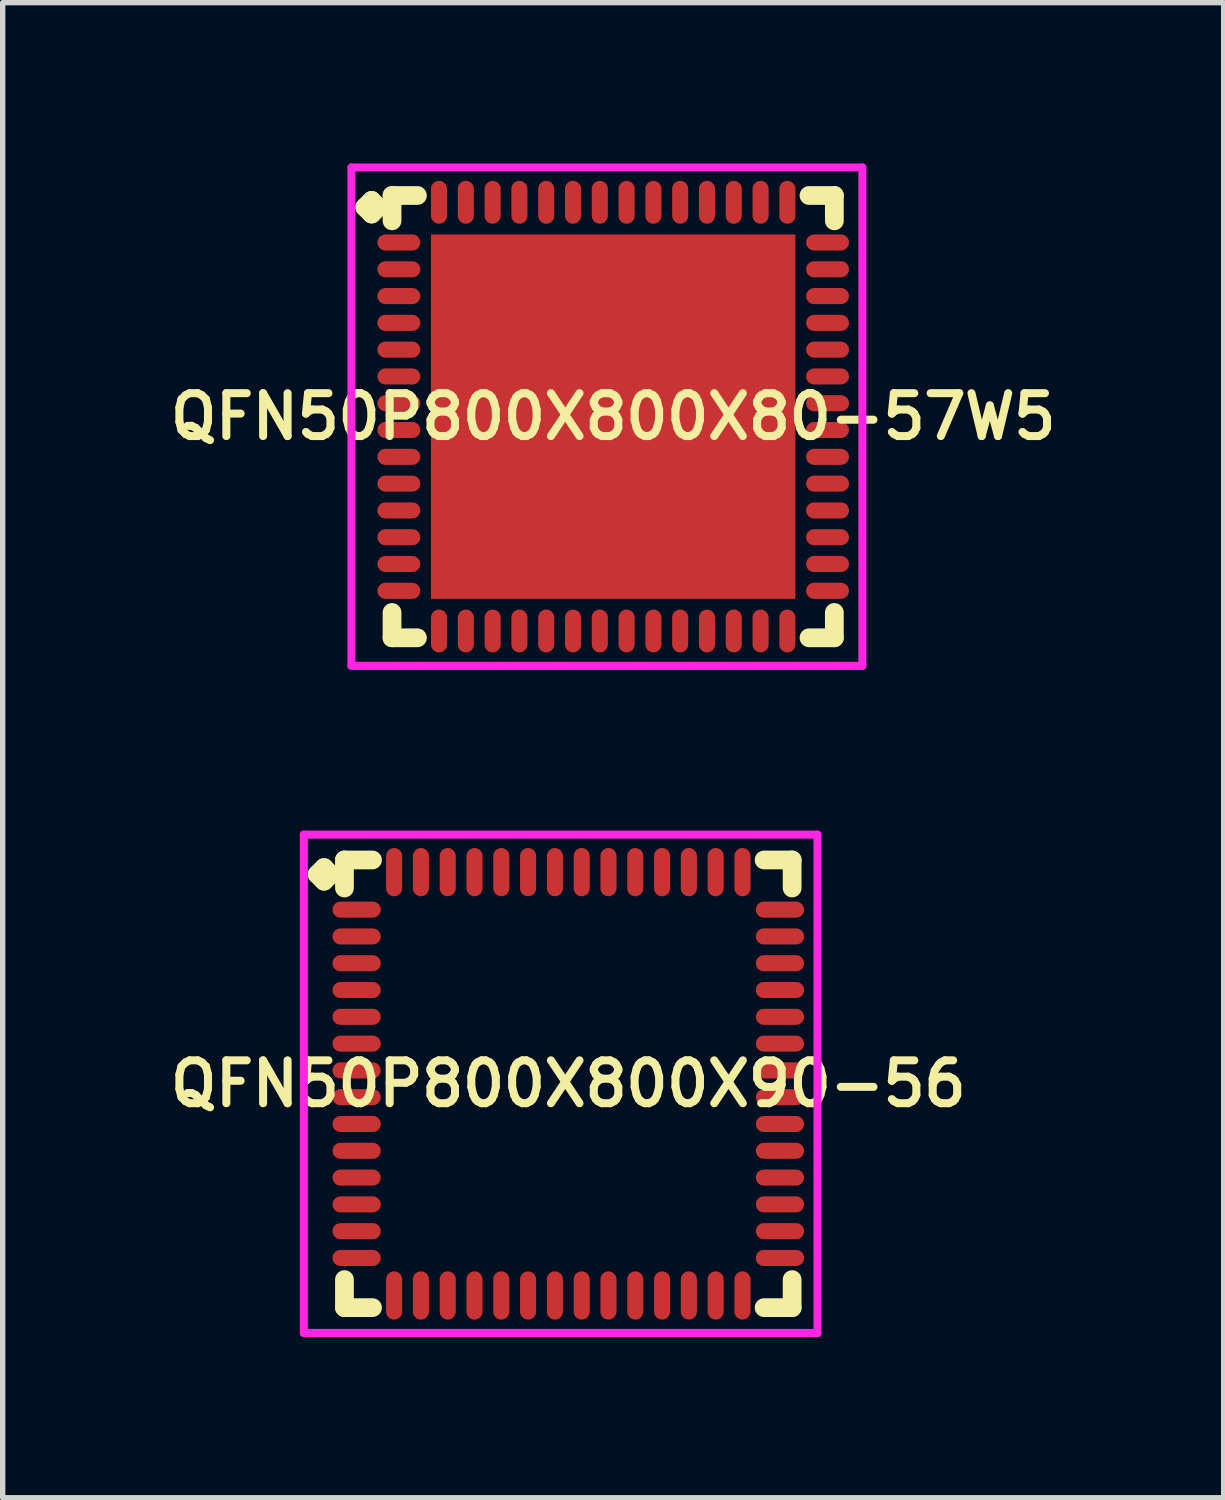
<source format=kicad_pcb>
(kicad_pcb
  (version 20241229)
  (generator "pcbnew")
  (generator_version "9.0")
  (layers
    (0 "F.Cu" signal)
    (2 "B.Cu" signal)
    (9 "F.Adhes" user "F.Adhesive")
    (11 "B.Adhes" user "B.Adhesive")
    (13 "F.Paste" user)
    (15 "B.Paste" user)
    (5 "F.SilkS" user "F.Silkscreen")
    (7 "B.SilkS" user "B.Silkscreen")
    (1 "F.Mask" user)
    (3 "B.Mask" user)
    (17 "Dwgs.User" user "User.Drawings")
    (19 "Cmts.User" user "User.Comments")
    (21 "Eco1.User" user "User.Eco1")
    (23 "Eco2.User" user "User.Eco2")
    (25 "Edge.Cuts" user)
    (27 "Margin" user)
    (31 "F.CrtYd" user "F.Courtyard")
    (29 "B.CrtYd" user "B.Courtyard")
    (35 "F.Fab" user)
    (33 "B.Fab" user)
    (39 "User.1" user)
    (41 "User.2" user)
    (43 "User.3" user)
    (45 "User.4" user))
  (footprint "QFN50P800X800X90-56"
    (layer "F.Cu")
    (at 7.555 17.175)
    (property "Reference" "QFN50P800X800X90-56" (at 0 0 0) (layer "F.SilkS") (effects (font (size 0.8 0.8) (thickness 0.15))))
    (attr through_hole)
    (fp_line (start -4.685 -3.908) (end -4.558 -4.035) (stroke (width 0.35) (type solid)) (layer "F.SilkS"))
    (fp_line (start -4.558 -4.035) (end -4.431 -3.908) (stroke (width 0.35) (type solid)) (layer "F.SilkS"))
    (fp_line (start -4.558 -3.781) (end -4.685 -3.908) (stroke (width 0.35) (type solid)) (layer "F.SilkS"))
    (fp_line (start -4.431 -3.908) (end -4.558 -3.781) (stroke (width 0.35) (type solid)) (layer "F.SilkS"))
    (fp_line (start -4.177 -4.177) (end -3.654 -4.177) (stroke (width 0.35) (type solid)) (layer "F.SilkS"))
    (fp_line (start -4.177 -3.654) (end -4.177 -4.177) (stroke (width 0.35) (type solid)) (layer "F.SilkS"))
    (fp_line (start -4.177 3.654) (end -4.177 4.177) (stroke (width 0.35) (type solid)) (layer "F.SilkS"))
    (fp_line (start -4.177 4.177) (end -3.654 4.177) (stroke (width 0.35) (type solid)) (layer "F.SilkS"))
    (fp_line (start 3.654 -4.177) (end 4.177 -4.177) (stroke (width 0.35) (type solid)) (layer "F.SilkS"))
    (fp_line (start 3.654 4.177) (end 4.177 4.177) (stroke (width 0.35) (type solid)) (layer "F.SilkS"))
    (fp_line (start 4.177 -4.177) (end 4.177 -3.654) (stroke (width 0.35) (type solid)) (layer "F.SilkS"))
    (fp_line (start 4.177 4.177) (end 4.177 3.654) (stroke (width 0.35) (type solid)) (layer "F.SilkS"))
    (fp_line (start -4.935 -4.65) (end 4.65 -4.65) (stroke (width 0.15) (type solid)) (layer "F.CrtYd"))
    (fp_line (start -4.935 4.65) (end -4.935 -4.65) (stroke (width 0.15) (type solid)) (layer "F.CrtYd"))
    (fp_line (start 4.65 -4.65) (end 4.65 4.65) (stroke (width 0.15) (type solid)) (layer "F.CrtYd"))
    (fp_line (start 4.65 4.65) (end -4.935 4.65) (stroke (width 0.15) (type solid)) (layer "F.CrtYd"))
    (pad "1" smd oval (at -3.95 -3.25) (size 0.9 0.3) (layers "F.Cu" "F.Mask" "F.Paste"))
    (pad "2" smd oval (at -3.95 -2.75) (size 0.9 0.3) (layers "F.Cu" "F.Mask" "F.Paste"))
    (pad "3" smd oval (at -3.95 -2.25) (size 0.9 0.3) (layers "F.Cu" "F.Mask" "F.Paste"))
    (pad "4" smd oval (at -3.95 -1.75) (size 0.9 0.3) (layers "F.Cu" "F.Mask" "F.Paste"))
    (pad "5" smd oval (at -3.95 -1.25) (size 0.9 0.3) (layers "F.Cu" "F.Mask" "F.Paste"))
    (pad "6" smd oval (at -3.95 -0.75) (size 0.9 0.3) (layers "F.Cu" "F.Mask" "F.Paste"))
    (pad "7" smd oval (at -3.95 -0.25) (size 0.9 0.3) (layers "F.Cu" "F.Mask" "F.Paste"))
    (pad "8" smd oval (at -3.95 0.25) (size 0.9 0.3) (layers "F.Cu" "F.Mask" "F.Paste"))
    (pad "9" smd oval (at -3.95 0.75) (size 0.9 0.3) (layers "F.Cu" "F.Mask" "F.Paste"))
    (pad "10" smd oval (at -3.95 1.25) (size 0.9 0.3) (layers "F.Cu" "F.Mask" "F.Paste"))
    (pad "11" smd oval (at -3.95 1.75) (size 0.9 0.3) (layers "F.Cu" "F.Mask" "F.Paste"))
    (pad "12" smd oval (at -3.95 2.25) (size 0.9 0.3) (layers "F.Cu" "F.Mask" "F.Paste"))
    (pad "13" smd oval (at -3.95 2.75) (size 0.9 0.3) (layers "F.Cu" "F.Mask" "F.Paste"))
    (pad "14" smd oval (at -3.95 3.25) (size 0.9 0.3) (layers "F.Cu" "F.Mask" "F.Paste"))
    (pad "15" smd oval (at -3.25 3.95) (size 0.3 0.9) (layers "F.Cu" "F.Mask" "F.Paste"))
    (pad "16" smd oval (at -2.75 3.95) (size 0.3 0.9) (layers "F.Cu" "F.Mask" "F.Paste"))
    (pad "17" smd oval (at -2.25 3.95) (size 0.3 0.9) (layers "F.Cu" "F.Mask" "F.Paste"))
    (pad "18" smd oval (at -1.75 3.95) (size 0.3 0.9) (layers "F.Cu" "F.Mask" "F.Paste"))
    (pad "19" smd oval (at -1.25 3.95) (size 0.3 0.9) (layers "F.Cu" "F.Mask" "F.Paste"))
    (pad "20" smd oval (at -0.75 3.95) (size 0.3 0.9) (layers "F.Cu" "F.Mask" "F.Paste"))
    (pad "21" smd oval (at -0.25 3.95) (size 0.3 0.9) (layers "F.Cu" "F.Mask" "F.Paste"))
    (pad "22" smd oval (at 0.25 3.95) (size 0.3 0.9) (layers "F.Cu" "F.Mask" "F.Paste"))
    (pad "23" smd oval (at 0.75 3.95) (size 0.3 0.9) (layers "F.Cu" "F.Mask" "F.Paste"))
    (pad "24" smd oval (at 1.25 3.95) (size 0.3 0.9) (layers "F.Cu" "F.Mask" "F.Paste"))
    (pad "25" smd oval (at 1.75 3.95) (size 0.3 0.9) (layers "F.Cu" "F.Mask" "F.Paste"))
    (pad "26" smd oval (at 2.25 3.95) (size 0.3 0.9) (layers "F.Cu" "F.Mask" "F.Paste"))
    (pad "27" smd oval (at 2.75 3.95) (size 0.3 0.9) (layers "F.Cu" "F.Mask" "F.Paste"))
    (pad "28" smd oval (at 3.25 3.95) (size 0.3 0.9) (layers "F.Cu" "F.Mask" "F.Paste"))
    (pad "29" smd oval (at 3.95 3.25) (size 0.9 0.3) (layers "F.Cu" "F.Mask" "F.Paste"))
    (pad "30" smd oval (at 3.95 2.75) (size 0.9 0.3) (layers "F.Cu" "F.Mask" "F.Paste"))
    (pad "31" smd oval (at 3.95 2.25) (size 0.9 0.3) (layers "F.Cu" "F.Mask" "F.Paste"))
    (pad "32" smd oval (at 3.95 1.75) (size 0.9 0.3) (layers "F.Cu" "F.Mask" "F.Paste"))
    (pad "33" smd oval (at 3.95 1.25) (size 0.9 0.3) (layers "F.Cu" "F.Mask" "F.Paste"))
    (pad "34" smd oval (at 3.95 0.75) (size 0.9 0.3) (layers "F.Cu" "F.Mask" "F.Paste"))
    (pad "35" smd oval (at 3.95 0.25) (size 0.9 0.3) (layers "F.Cu" "F.Mask" "F.Paste"))
    (pad "36" smd oval (at 3.95 -0.25) (size 0.9 0.3) (layers "F.Cu" "F.Mask" "F.Paste"))
    (pad "37" smd oval (at 3.95 -0.75) (size 0.9 0.3) (layers "F.Cu" "F.Mask" "F.Paste"))
    (pad "38" smd oval (at 3.95 -1.25) (size 0.9 0.3) (layers "F.Cu" "F.Mask" "F.Paste"))
    (pad "39" smd oval (at 3.95 -1.75) (size 0.9 0.3) (layers "F.Cu" "F.Mask" "F.Paste"))
    (pad "40" smd oval (at 3.95 -2.25) (size 0.9 0.3) (layers "F.Cu" "F.Mask" "F.Paste"))
    (pad "41" smd oval (at 3.95 -2.75) (size 0.9 0.3) (layers "F.Cu" "F.Mask" "F.Paste"))
    (pad "42" smd oval (at 3.95 -3.25) (size 0.9 0.3) (layers "F.Cu" "F.Mask" "F.Paste"))
    (pad "43" smd oval (at 3.25 -3.95) (size 0.3 0.9) (layers "F.Cu" "F.Mask" "F.Paste"))
    (pad "44" smd oval (at 2.75 -3.95) (size 0.3 0.9) (layers "F.Cu" "F.Mask" "F.Paste"))
    (pad "45" smd oval (at 2.25 -3.95) (size 0.3 0.9) (layers "F.Cu" "F.Mask" "F.Paste"))
    (pad "46" smd oval (at 1.75 -3.95) (size 0.3 0.9) (layers "F.Cu" "F.Mask" "F.Paste"))
    (pad "47" smd oval (at 1.25 -3.95) (size 0.3 0.9) (layers "F.Cu" "F.Mask" "F.Paste"))
    (pad "48" smd oval (at 0.75 -3.95) (size 0.3 0.9) (layers "F.Cu" "F.Mask" "F.Paste"))
    (pad "49" smd oval (at 0.25 -3.95) (size 0.3 0.9) (layers "F.Cu" "F.Mask" "F.Paste"))
    (pad "50" smd oval (at -0.25 -3.95) (size 0.3 0.9) (layers "F.Cu" "F.Mask" "F.Paste"))
    (pad "51" smd oval (at -0.75 -3.95) (size 0.3 0.9) (layers "F.Cu" "F.Mask" "F.Paste"))
    (pad "52" smd oval (at -1.25 -3.95) (size 0.3 0.9) (layers "F.Cu" "F.Mask" "F.Paste"))
    (pad "53" smd oval (at -1.75 -3.95) (size 0.3 0.9) (layers "F.Cu" "F.Mask" "F.Paste"))
    (pad "54" smd oval (at -2.25 -3.95) (size 0.3 0.9) (layers "F.Cu" "F.Mask" "F.Paste"))
    (pad "55" smd oval (at -2.75 -3.95) (size 0.3 0.9) (layers "F.Cu" "F.Mask" "F.Paste"))
    (pad "56" smd oval (at -3.25 -3.95) (size 0.3 0.9) (layers "F.Cu" "F.Mask" "F.Paste")))
  (footprint "QFN50P800X800X80-57W5"
    (layer "F.Cu")
    (at 8.393 4.725)
    (property "Reference" "QFN50P800X800X80-57W5" (at 0 0 0) (layer "F.SilkS") (effects (font (size 0.8 0.8) (thickness 0.15))))
    (attr smd)
    (fp_line (start -4.635 -3.908) (end -4.508 -4.035) (stroke (width 0.35) (type solid)) (layer "F.SilkS"))
    (fp_line (start -4.508 -4.035) (end -4.381 -3.908) (stroke (width 0.35) (type solid)) (layer "F.SilkS"))
    (fp_line (start -4.508 -3.781) (end -4.635 -3.908) (stroke (width 0.35) (type solid)) (layer "F.SilkS"))
    (fp_line (start -4.381 -3.908) (end -4.508 -3.781) (stroke (width 0.35) (type solid)) (layer "F.SilkS"))
    (fp_line (start -4.127 -4.127) (end -3.654 -4.127) (stroke (width 0.35) (type solid)) (layer "F.SilkS"))
    (fp_line (start -4.127 -3.654) (end -4.127 -4.127) (stroke (width 0.35) (type solid)) (layer "F.SilkS"))
    (fp_line (start -4.127 3.654) (end -4.127 4.127) (stroke (width 0.35) (type solid)) (layer "F.SilkS"))
    (fp_line (start -4.127 4.127) (end -3.654 4.127) (stroke (width 0.35) (type solid)) (layer "F.SilkS"))
    (fp_line (start 3.654 -4.127) (end 4.127 -4.127) (stroke (width 0.35) (type solid)) (layer "F.SilkS"))
    (fp_line (start 3.654 4.127) (end 4.127 4.127) (stroke (width 0.35) (type solid)) (layer "F.SilkS"))
    (fp_line (start 4.127 -4.127) (end 4.127 -3.654) (stroke (width 0.35) (type solid)) (layer "F.SilkS"))
    (fp_line (start 4.127 4.127) (end 4.127 3.654) (stroke (width 0.35) (type solid)) (layer "F.SilkS"))
    (fp_line (start -4.885 -4.65) (end 4.65 -4.65) (stroke (width 0.15) (type solid)) (layer "F.CrtYd"))
    (fp_line (start -4.885 4.65) (end -4.885 -4.65) (stroke (width 0.15) (type solid)) (layer "F.CrtYd"))
    (fp_line (start 4.65 -4.65) (end 4.65 4.65) (stroke (width 0.15) (type solid)) (layer "F.CrtYd"))
    (fp_line (start 4.65 4.65) (end -4.885 4.65) (stroke (width 0.15) (type solid)) (layer "F.CrtYd"))
    (pad "1" smd oval (at -4 -3.25) (size 0.8 0.3) (layers "F.Cu" "F.Mask" "F.Paste"))
    (pad "2" smd oval (at -4 -2.75) (size 0.8 0.3) (layers "F.Cu" "F.Mask" "F.Paste"))
    (pad "3" smd oval (at -4 -2.25) (size 0.8 0.3) (layers "F.Cu" "F.Mask" "F.Paste"))
    (pad "4" smd oval (at -4 -1.75) (size 0.8 0.3) (layers "F.Cu" "F.Mask" "F.Paste"))
    (pad "5" smd oval (at -4 -1.25) (size 0.8 0.3) (layers "F.Cu" "F.Mask" "F.Paste"))
    (pad "6" smd oval (at -4 -0.75) (size 0.8 0.3) (layers "F.Cu" "F.Mask" "F.Paste"))
    (pad "7" smd oval (at -4 -0.25) (size 0.8 0.3) (layers "F.Cu" "F.Mask" "F.Paste"))
    (pad "8" smd oval (at -4 0.25) (size 0.8 0.3) (layers "F.Cu" "F.Mask" "F.Paste"))
    (pad "9" smd oval (at -4 0.75) (size 0.8 0.3) (layers "F.Cu" "F.Mask" "F.Paste"))
    (pad "10" smd oval (at -4 1.25) (size 0.8 0.3) (layers "F.Cu" "F.Mask" "F.Paste"))
    (pad "11" smd oval (at -4 1.75) (size 0.8 0.3) (layers "F.Cu" "F.Mask" "F.Paste"))
    (pad "12" smd oval (at -4 2.25) (size 0.8 0.3) (layers "F.Cu" "F.Mask" "F.Paste"))
    (pad "13" smd oval (at -4 2.75) (size 0.8 0.3) (layers "F.Cu" "F.Mask" "F.Paste"))
    (pad "14" smd oval (at -4 3.25) (size 0.8 0.3) (layers "F.Cu" "F.Mask" "F.Paste"))
    (pad "15" smd oval (at -3.25 4) (size 0.3 0.8) (layers "F.Cu" "F.Mask" "F.Paste"))
    (pad "16" smd oval (at -2.75 4) (size 0.3 0.8) (layers "F.Cu" "F.Mask" "F.Paste"))
    (pad "17" smd oval (at -2.25 4) (size 0.3 0.8) (layers "F.Cu" "F.Mask" "F.Paste"))
    (pad "18" smd oval (at -1.75 4) (size 0.3 0.8) (layers "F.Cu" "F.Mask" "F.Paste"))
    (pad "19" smd oval (at -1.25 4) (size 0.3 0.8) (layers "F.Cu" "F.Mask" "F.Paste"))
    (pad "20" smd oval (at -0.75 4) (size 0.3 0.8) (layers "F.Cu" "F.Mask" "F.Paste"))
    (pad "21" smd oval (at -0.25 4) (size 0.3 0.8) (layers "F.Cu" "F.Mask" "F.Paste"))
    (pad "22" smd oval (at 0.25 4) (size 0.3 0.8) (layers "F.Cu" "F.Mask" "F.Paste"))
    (pad "23" smd oval (at 0.75 4) (size 0.3 0.8) (layers "F.Cu" "F.Mask" "F.Paste"))
    (pad "24" smd oval (at 1.25 4) (size 0.3 0.8) (layers "F.Cu" "F.Mask" "F.Paste"))
    (pad "25" smd oval (at 1.75 4) (size 0.3 0.8) (layers "F.Cu" "F.Mask" "F.Paste"))
    (pad "26" smd oval (at 2.25 4) (size 0.3 0.8) (layers "F.Cu" "F.Mask" "F.Paste"))
    (pad "27" smd oval (at 2.75 4) (size 0.3 0.8) (layers "F.Cu" "F.Mask" "F.Paste"))
    (pad "28" smd oval (at 3.25 4) (size 0.3 0.8) (layers "F.Cu" "F.Mask" "F.Paste"))
    (pad "29" smd oval (at 4 3.25) (size 0.8 0.3) (layers "F.Cu" "F.Mask" "F.Paste"))
    (pad "30" smd oval (at 4 2.75) (size 0.8 0.3) (layers "F.Cu" "F.Mask" "F.Paste"))
    (pad "31" smd oval (at 4 2.25) (size 0.8 0.3) (layers "F.Cu" "F.Mask" "F.Paste"))
    (pad "32" smd oval (at 4 1.75) (size 0.8 0.3) (layers "F.Cu" "F.Mask" "F.Paste"))
    (pad "33" smd oval (at 4 1.25) (size 0.8 0.3) (layers "F.Cu" "F.Mask" "F.Paste"))
    (pad "34" smd oval (at 4 0.75) (size 0.8 0.3) (layers "F.Cu" "F.Mask" "F.Paste"))
    (pad "35" smd oval (at 4 0.25) (size 0.8 0.3) (layers "F.Cu" "F.Mask" "F.Paste"))
    (pad "36" smd oval (at 4 -0.25) (size 0.8 0.3) (layers "F.Cu" "F.Mask" "F.Paste"))
    (pad "37" smd oval (at 4 -0.75) (size 0.8 0.3) (layers "F.Cu" "F.Mask" "F.Paste"))
    (pad "38" smd oval (at 4 -1.25) (size 0.8 0.3) (layers "F.Cu" "F.Mask" "F.Paste"))
    (pad "39" smd oval (at 4 -1.75) (size 0.8 0.3) (layers "F.Cu" "F.Mask" "F.Paste"))
    (pad "40" smd oval (at 4 -2.25) (size 0.8 0.3) (layers "F.Cu" "F.Mask" "F.Paste"))
    (pad "41" smd oval (at 4 -2.75) (size 0.8 0.3) (layers "F.Cu" "F.Mask" "F.Paste"))
    (pad "42" smd oval (at 4 -3.25) (size 0.8 0.3) (layers "F.Cu" "F.Mask" "F.Paste"))
    (pad "43" smd oval (at 3.25 -4) (size 0.3 0.8) (layers "F.Cu" "F.Mask" "F.Paste"))
    (pad "44" smd oval (at 2.75 -4) (size 0.3 0.8) (layers "F.Cu" "F.Mask" "F.Paste"))
    (pad "45" smd oval (at 2.25 -4) (size 0.3 0.8) (layers "F.Cu" "F.Mask" "F.Paste"))
    (pad "46" smd oval (at 1.75 -4) (size 0.3 0.8) (layers "F.Cu" "F.Mask" "F.Paste"))
    (pad "47" smd oval (at 1.25 -4) (size 0.3 0.8) (layers "F.Cu" "F.Mask" "F.Paste"))
    (pad "48" smd oval (at 0.75 -4) (size 0.3 0.8) (layers "F.Cu" "F.Mask" "F.Paste"))
    (pad "49" smd oval (at 0.25 -4) (size 0.3 0.8) (layers "F.Cu" "F.Mask" "F.Paste"))
    (pad "50" smd oval (at -0.25 -4) (size 0.3 0.8) (layers "F.Cu" "F.Mask" "F.Paste"))
    (pad "51" smd oval (at -0.75 -4) (size 0.3 0.8) (layers "F.Cu" "F.Mask" "F.Paste"))
    (pad "52" smd oval (at -1.25 -4) (size 0.3 0.8) (layers "F.Cu" "F.Mask" "F.Paste"))
    (pad "53" smd oval (at -1.75 -4) (size 0.3 0.8) (layers "F.Cu" "F.Mask" "F.Paste"))
    (pad "54" smd oval (at -2.25 -4) (size 0.3 0.8) (layers "F.Cu" "F.Mask" "F.Paste"))
    (pad "55" smd oval (at -2.75 -4) (size 0.3 0.8) (layers "F.Cu" "F.Mask" "F.Paste"))
    (pad "56" smd oval (at -3.25 -4) (size 0.3 0.8) (layers "F.Cu" "F.Mask" "F.Paste"))
    (pad "57" smd rect (at 0 0) (size 6.8 6.8) (layers "F.Cu" "F.Mask" "F.Paste")))
  (gr_rect
    (start -3 -3)
    (end 19.785 24.9)
    (stroke (width 0.1) (type default))
    (fill no)
    (layer "Edge.Cuts")))
</source>
